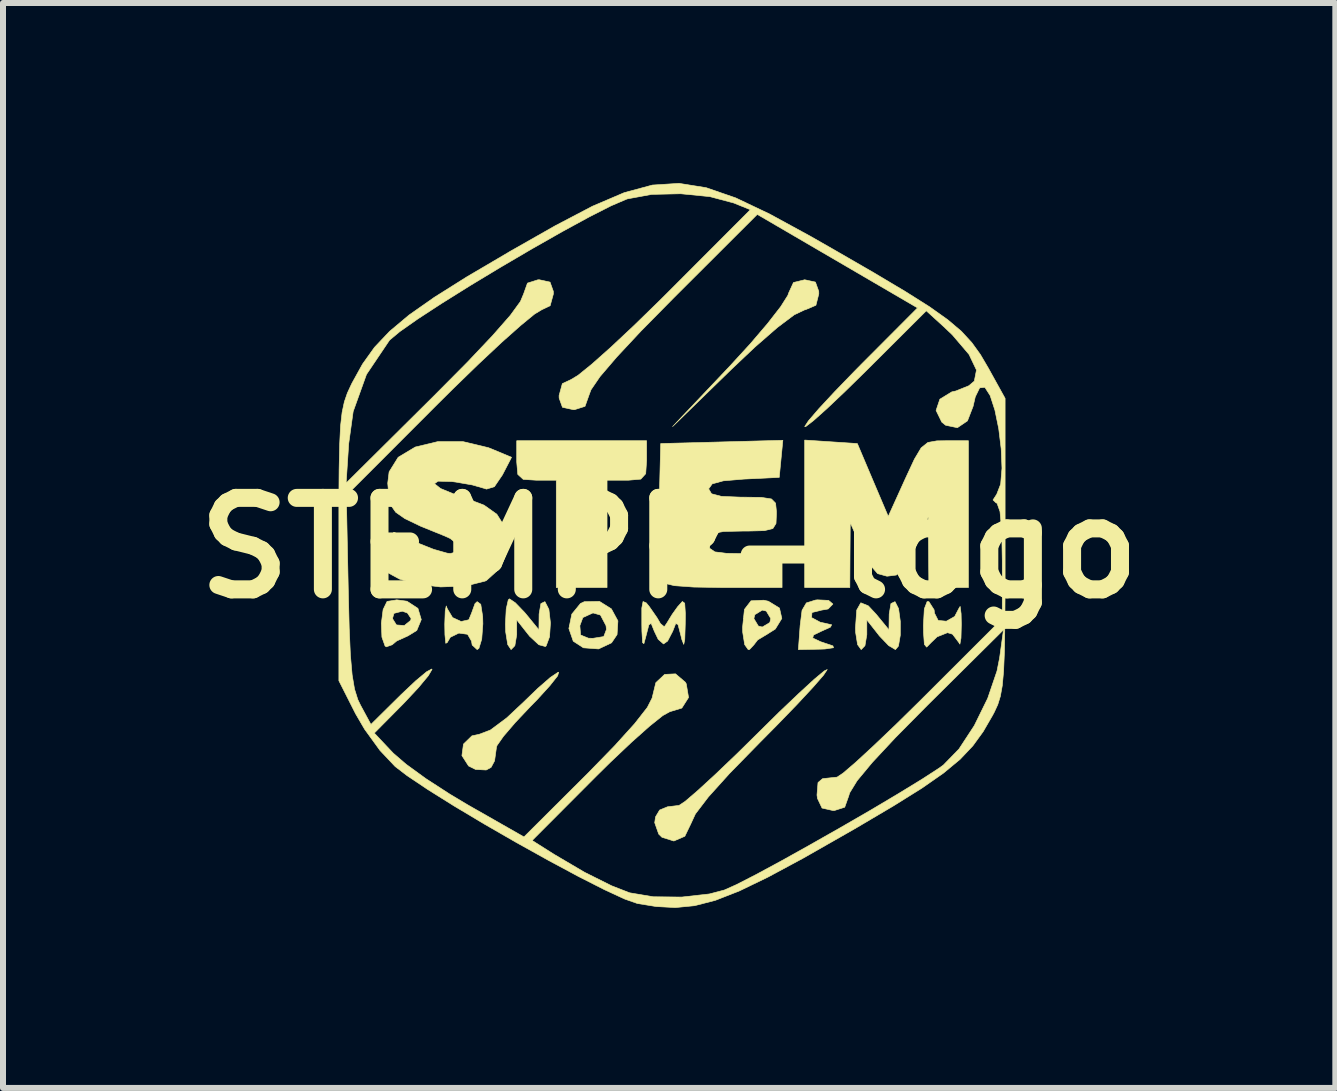
<source format=kicad_pcb>
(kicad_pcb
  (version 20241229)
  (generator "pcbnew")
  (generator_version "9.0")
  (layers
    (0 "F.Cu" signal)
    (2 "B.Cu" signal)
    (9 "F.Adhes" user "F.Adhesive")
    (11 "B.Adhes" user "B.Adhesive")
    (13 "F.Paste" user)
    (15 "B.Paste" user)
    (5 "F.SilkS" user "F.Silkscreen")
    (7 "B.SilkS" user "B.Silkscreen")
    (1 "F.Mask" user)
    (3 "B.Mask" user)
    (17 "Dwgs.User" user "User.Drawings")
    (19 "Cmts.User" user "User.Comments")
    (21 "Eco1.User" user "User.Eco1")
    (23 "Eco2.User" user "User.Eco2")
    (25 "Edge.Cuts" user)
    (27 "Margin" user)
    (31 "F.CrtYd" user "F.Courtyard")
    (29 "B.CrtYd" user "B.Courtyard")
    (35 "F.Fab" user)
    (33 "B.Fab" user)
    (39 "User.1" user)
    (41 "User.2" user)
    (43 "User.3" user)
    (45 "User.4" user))
  (footprint "STEMPP-logo"
    (layer "F.Cu")
    (at 8.099 6.08)
    (property "Reference" "STEMPP-logo" (at 0 0 0) (layer "F.SilkS") (effects (font (size 1.524 1.524) (thickness 0.3))))
    (attr through_hole)
    (fp_poly (pts (xy -0.376 -1.458) (xy -0.391 -1.237) (xy -0.473 -1.147) (xy -0.68 -1.129) (xy -0.706 -1.129) (xy -1.035 -1.129) (xy -1.035 0.659) (xy -1.881 0.659) (xy -1.881 -1.129) (xy -2.211 -1.129) (xy -2.431 -1.143) (xy -2.522 -1.226) (xy -2.54 -1.433) (xy -2.54 -1.458) (xy -2.54 -1.787) (xy -0.376 -1.787) (xy -0.376 -1.458)) (stroke (width 0.01) (type solid)) (fill yes) (layer "F.SilkS"))
    (fp_poly (pts (xy 2.437 -4.43) (xy 2.492 -4.277) (xy 2.493 -4.233) (xy 2.445 -4.044) (xy 2.269 -3.969) (xy 2.258 -3.968) (xy 2.084 -3.885) (xy 1.802 -3.673) (xy 1.427 -3.346) (xy 1.04 -2.98) (xy 0.057 -2.023) (xy 1.009 -3.028) (xy 1.35 -3.4) (xy 1.641 -3.741) (xy 1.858 -4.02) (xy 1.977 -4.208) (xy 1.992 -4.251) (xy 2.071 -4.423) (xy 2.258 -4.469) (xy 2.437 -4.43)) (stroke (width 0.01) (type solid)) (fill yes) (layer "F.SilkS"))
    (fp_poly (pts (xy 3.822 1.01) (xy 3.851 1.221) (xy 3.851 1.453) (xy 3.82 1.634) (xy 3.77 1.693) (xy 3.657 1.626) (xy 3.501 1.463) (xy 3.488 1.445) (xy 3.293 1.198) (xy 3.293 1.445) (xy 3.262 1.628) (xy 3.199 1.693) (xy 3.139 1.61) (xy 3.106 1.403) (xy 3.104 1.333) (xy 3.125 1.034) (xy 3.193 0.913) (xy 3.318 0.964) (xy 3.448 1.103) (xy 3.662 1.364) (xy 3.666 1.1) (xy 3.695 0.926) (xy 3.763 0.894) (xy 3.822 1.01)) (stroke (width 0.01) (type solid)) (fill yes) (layer "F.SilkS"))
    (fp_poly (pts (xy 4.327 0.894) (xy 4.414 1.03) (xy 4.421 1.087) (xy 4.482 1.207) (xy 4.618 1.22) (xy 4.757 1.141) (xy 4.825 1.011) (xy 4.848 0.973) (xy 4.864 1.095) (xy 4.868 1.27) (xy 4.862 1.502) (xy 4.844 1.602) (xy 4.827 1.576) (xy 4.721 1.436) (xy 4.637 1.411) (xy 4.464 1.48) (xy 4.364 1.576) (xy 4.29 1.652) (xy 4.252 1.606) (xy 4.238 1.411) (xy 4.236 1.288) (xy 4.251 1.015) (xy 4.298 0.893) (xy 4.327 0.894)) (stroke (width 0.01) (type solid)) (fill yes) (layer "F.SilkS"))
    (fp_poly (pts (xy -3.139 0.938) (xy -3.107 1.143) (xy -3.104 1.264) (xy -3.123 1.519) (xy -3.17 1.673) (xy -3.199 1.693) (xy -3.282 1.617) (xy -3.293 1.552) (xy -3.359 1.438) (xy -3.504 1.418) (xy -3.646 1.487) (xy -3.698 1.576) (xy -3.722 1.588) (xy -3.736 1.445) (xy -3.739 1.27) (xy -3.731 1.047) (xy -3.714 0.966) (xy -3.697 1.011) (xy -3.609 1.159) (xy -3.466 1.225) (xy -3.338 1.196) (xy -3.293 1.087) (xy -3.235 0.927) (xy -3.199 0.894) (xy -3.139 0.938)) (stroke (width 0.01) (type solid)) (fill yes) (layer "F.SilkS"))
    (fp_poly (pts (xy -1.858 2.13) (xy -1.986 2.292) (xy -2.199 2.526) (xy -2.307 2.636) (xy -2.564 2.908) (xy -2.762 3.139) (xy -2.868 3.291) (xy -2.877 3.318) (xy -2.909 3.547) (xy -2.967 3.655) (xy -3.048 3.699) (xy -3.225 3.69) (xy -3.342 3.632) (xy -3.453 3.459) (xy -3.427 3.267) (xy -3.286 3.13) (xy -3.165 3.104) (xy -2.978 3.033) (xy -2.708 2.832) (xy -2.446 2.587) (xy -2.191 2.341) (xy -1.981 2.158) (xy -1.853 2.072) (xy -1.841 2.07) (xy -1.858 2.13)) (stroke (width 0.01) (type solid)) (fill yes) (layer "F.SilkS"))
    (fp_poly (pts (xy 2.656 0.873) (xy 2.728 0.934) (xy 2.649 1.016) (xy 2.54 1.035) (xy 2.379 1.075) (xy 2.373 1.16) (xy 2.517 1.237) (xy 2.564 1.247) (xy 2.707 1.279) (xy 2.688 1.318) (xy 2.54 1.385) (xy 2.405 1.45) (xy 2.392 1.5) (xy 2.521 1.561) (xy 2.728 1.631) (xy 2.738 1.662) (xy 2.595 1.683) (xy 2.511 1.686) (xy 2.153 1.693) (xy 2.182 1.294) (xy 2.214 1.038) (xy 2.286 0.915) (xy 2.436 0.868) (xy 2.469 0.864) (xy 2.656 0.873)) (stroke (width 0.01) (type solid)) (fill yes) (layer "F.SilkS"))
    (fp_poly (pts (xy -2.563 0.913) (xy -2.408 1.074) (xy -2.382 1.105) (xy -2.17 1.364) (xy -2.167 1.1) (xy -2.137 0.926) (xy -2.07 0.894) (xy -2.004 1.023) (xy -1.978 1.248) (xy -1.993 1.479) (xy -2.049 1.63) (xy -2.062 1.642) (xy -2.172 1.612) (xy -2.325 1.47) (xy -2.344 1.446) (xy -2.54 1.198) (xy -2.54 1.445) (xy -2.571 1.628) (xy -2.634 1.693) (xy -2.69 1.609) (xy -2.724 1.397) (xy -2.728 1.27) (xy -2.715 1.017) (xy -2.681 0.866) (xy -2.661 0.847) (xy -2.563 0.913)) (stroke (width 0.01) (type solid)) (fill yes) (layer "F.SilkS"))
    (fp_poly (pts (xy -0.963 1.014) (xy -0.854 1.215) (xy -0.868 1.443) (xy -0.96 1.58) (xy -1.176 1.682) (xy -1.429 1.663) (xy -1.598 1.553) (xy -1.671 1.341) (xy -1.661 1.294) (xy -1.488 1.294) (xy -1.476 1.45) (xy -1.345 1.503) (xy -1.27 1.505) (xy -1.09 1.476) (xy -1.045 1.358) (xy -1.052 1.294) (xy -1.145 1.117) (xy -1.27 1.082) (xy -1.438 1.159) (xy -1.488 1.294) (xy -1.661 1.294) (xy -1.622 1.102) (xy -1.477 0.924) (xy -1.414 0.895) (xy -1.161 0.89) (xy -0.963 1.014)) (stroke (width 0.01) (type solid)) (fill yes) (layer "F.SilkS"))
    (fp_poly (pts (xy -4.369 0.887) (xy -4.186 1.006) (xy -4.13 1.193) (xy -4.205 1.374) (xy -4.351 1.464) (xy -4.539 1.549) (xy -4.616 1.613) (xy -4.713 1.647) (xy -4.734 1.632) (xy -4.786 1.485) (xy -4.795 1.253) (xy -4.785 1.176) (xy -4.61 1.176) (xy -4.544 1.282) (xy -4.412 1.292) (xy -4.308 1.207) (xy -4.299 1.177) (xy -4.36 1.084) (xy -4.445 1.053) (xy -4.585 1.089) (xy -4.61 1.176) (xy -4.785 1.176) (xy -4.766 1.026) (xy -4.701 0.892) (xy -4.698 0.89) (xy -4.538 0.864) (xy -4.369 0.887)) (stroke (width 0.01) (type solid)) (fill yes) (layer "F.SilkS"))
    (fp_poly (pts (xy 1.652 0.887) (xy 1.838 1.001) (xy 1.877 1.174) (xy 1.769 1.35) (xy 1.646 1.428) (xy 1.474 1.532) (xy 1.411 1.614) (xy 1.339 1.691) (xy 1.317 1.693) (xy 1.258 1.61) (xy 1.225 1.402) (xy 1.223 1.323) (xy 1.238 1.176) (xy 1.411 1.176) (xy 1.486 1.301) (xy 1.552 1.317) (xy 1.677 1.242) (xy 1.693 1.176) (xy 1.618 1.051) (xy 1.552 1.035) (xy 1.428 1.11) (xy 1.411 1.176) (xy 1.238 1.176) (xy 1.254 1.023) (xy 1.364 0.88) (xy 1.575 0.87) (xy 1.652 0.887)) (stroke (width 0.01) (type solid)) (fill yes) (layer "F.SilkS"))
    (fp_poly (pts (xy 2.571 2.12) (xy 2.395 2.322) (xy 2.128 2.609) (xy 1.793 2.955) (xy 1.51 3.241) (xy 1.01 3.752) (xy 0.653 4.148) (xy 0.437 4.431) (xy 0.357 4.604) (xy 0.261 4.803) (xy 0.078 4.882) (xy -0.12 4.82) (xy -0.174 4.767) (xy -0.241 4.577) (xy -0.227 4.48) (xy -0.159 4.366) (xy -0.028 4.312) (xy 0.164 4.289) (xy 0.266 4.222) (xy 0.476 4.042) (xy 0.77 3.772) (xy 1.125 3.433) (xy 1.458 3.105) (xy 1.835 2.733) (xy 2.163 2.421) (xy 2.419 2.186) (xy 2.583 2.049) (xy 2.634 2.025) (xy 2.571 2.12)) (stroke (width 0.01) (type solid)) (fill yes) (layer "F.SilkS"))
    (fp_poly (pts (xy 2.696 -1.769) (xy 3.135 -1.74) (xy 3.392 -1.133) (xy 3.65 -0.526) (xy 3.936 -1.157) (xy 4.086 -1.48) (xy 4.198 -1.668) (xy 4.31 -1.758) (xy 4.461 -1.785) (xy 4.604 -1.787) (xy 4.986 -1.787) (xy 4.986 0.659) (xy 4.327 0.659) (xy 4.317 -0.517) (xy 4.158 -0.14) (xy 4.013 0.184) (xy 3.899 0.368) (xy 3.784 0.451) (xy 3.633 0.47) (xy 3.628 0.47) (xy 3.473 0.427) (xy 3.339 0.273) (xy 3.214 0.024) (xy 3.017 -0.423) (xy 3.013 0.118) (xy 3.01 0.659) (xy 2.258 0.659) (xy 2.258 -1.798) (xy 2.696 -1.769)) (stroke (width 0.01) (type solid)) (fill yes) (layer "F.SilkS"))
    (fp_poly (pts (xy 0.259 0.92) (xy 0.27 1.093) (xy 0.268 1.27) (xy 0.26 1.525) (xy 0.243 1.606) (xy 0.212 1.528) (xy 0.195 1.458) (xy 0.147 1.274) (xy 0.109 1.259) (xy 0.059 1.388) (xy -0.026 1.551) (xy -0.094 1.599) (xy -0.183 1.521) (xy -0.247 1.388) (xy -0.3 1.256) (xy -0.338 1.28) (xy -0.384 1.458) (xy -0.421 1.594) (xy -0.443 1.577) (xy -0.454 1.391) (xy -0.456 1.27) (xy -0.456 1.001) (xy -0.435 0.892) (xy -0.381 0.915) (xy -0.33 0.978) (xy -0.202 1.162) (xy -0.145 1.26) (xy -0.081 1.313) (xy -0.044 1.26) (xy 0.051 1.105) (xy 0.142 0.978) (xy 0.22 0.891) (xy 0.259 0.92)) (stroke (width 0.01) (type solid)) (fill yes) (layer "F.SilkS"))
    (fp_poly (pts (xy 1.834 -1.176) (xy 1.246 -1.148) (xy 0.903 -1.119) (xy 0.717 -1.068) (xy 0.659 -0.987) (xy 0.659 -0.983) (xy 0.706 -0.903) (xy 0.871 -0.86) (xy 1.187 -0.847) (xy 1.223 -0.847) (xy 1.535 -0.843) (xy 1.704 -0.817) (xy 1.773 -0.747) (xy 1.787 -0.61) (xy 1.787 -0.564) (xy 1.78 -0.408) (xy 1.728 -0.324) (xy 1.588 -0.289) (xy 1.314 -0.282) (xy 1.223 -0.282) (xy 0.908 -0.275) (xy 0.737 -0.245) (xy 0.669 -0.177) (xy 0.659 -0.094) (xy 0.678 0.008) (xy 0.762 0.065) (xy 0.955 0.089) (xy 1.27 0.094) (xy 1.881 0.094) (xy 1.881 0.659) (xy 0.891 0.659) (xy 0.408 0.651) (xy 0.089 0.628) (xy -0.089 0.586) (xy -0.147 0.535) (xy -0.164 0.396) (xy -0.173 0.112) (xy -0.174 -0.274) (xy -0.168 -0.664) (xy -0.141 -1.74) (xy 0.876 -1.767) (xy 1.894 -1.794) (xy 1.834 -1.176)) (stroke (width 0.01) (type solid)) (fill yes) (layer "F.SilkS"))
    (fp_poly (pts (xy -3.434 -1.772) (xy -3.011 -1.671) (xy -2.956 -1.649) (xy -2.626 -1.511) (xy -2.778 -1.218) (xy -2.912 -1.021) (xy -3.043 -0.981) (xy -3.087 -0.995) (xy -3.282 -1.051) (xy -3.561 -1.099) (xy -3.622 -1.107) (xy -3.851 -1.113) (xy -3.91 -1.071) (xy -3.809 -0.991) (xy -3.555 -0.886) (xy -3.434 -0.846) (xy -3.085 -0.714) (xy -2.871 -0.562) (xy -2.737 -0.349) (xy -2.714 -0.292) (xy -2.685 0.024) (xy -2.805 0.325) (xy -3.044 0.541) (xy -3.068 0.552) (xy -3.394 0.634) (xy -3.809 0.649) (xy -4.224 0.599) (xy -4.492 0.518) (xy -4.716 0.397) (xy -4.786 0.26) (xy -4.727 0.043) (xy -4.693 -0.033) (xy -4.588 -0.263) (xy -4.199 -0.087) (xy -3.925 0.022) (xy -3.7 0.086) (xy -3.645 0.092) (xy -3.501 0.053) (xy -3.505 -0.043) (xy -3.647 -0.158) (xy -3.739 -0.2) (xy -4.143 -0.364) (xy -4.403 -0.489) (xy -4.556 -0.596) (xy -4.635 -0.709) (xy -4.664 -0.797) (xy -4.689 -1.08) (xy -4.666 -1.268) (xy -4.515 -1.511) (xy -4.23 -1.682) (xy -3.856 -1.772) (xy -3.434 -1.772)) (stroke (width 0.01) (type solid)) (fill yes) (layer "F.SilkS"))
    (fp_poly (pts (xy 0.616 -6.003) (xy 1.108 -5.833) (xy 1.674 -5.564) (xy 2.347 -5.197) (xy 2.755 -4.964) (xy 3.418 -4.581) (xy 3.938 -4.271) (xy 4.339 -4.018) (xy 4.641 -3.803) (xy 4.868 -3.611) (xy 5.042 -3.422) (xy 5.186 -3.222) (xy 5.318 -2.997) (xy 5.597 -2.493) (xy 5.597 -0.047) (xy 5.597 0.698) (xy 5.593 1.279) (xy 5.586 1.723) (xy 5.572 2.052) (xy 5.55 2.293) (xy 5.518 2.471) (xy 5.475 2.609) (xy 5.418 2.733) (xy 5.39 2.786) (xy 5.232 3.059) (xy 5.059 3.297) (xy 4.847 3.521) (xy 4.571 3.75) (xy 4.208 4.003) (xy 3.732 4.3) (xy 3.121 4.661) (xy 2.945 4.762) (xy 2.229 5.17) (xy 1.645 5.484) (xy 1.167 5.715) (xy 0.768 5.871) (xy 0.422 5.96) (xy 0.103 5.991) (xy -0.215 5.974) (xy -0.53 5.923) (xy -0.741 5.849) (xy -1.08 5.692) (xy -1.515 5.471) (xy -2.014 5.203) (xy -2.546 4.907) (xy -3.079 4.6) (xy -3.581 4.3) (xy -4.022 4.024) (xy -4.368 3.792) (xy -4.565 3.641) (xy -4.818 3.373) (xy -5.074 3.02) (xy -5.224 2.763) (xy -5.503 2.211) (xy -5.503 -0.047) (xy -5.503 -0.759) (xy -5.501 -1.082) (xy -5.382 -1.082) (xy -3.919 -2.534) (xy -3.361 -3.096) (xy -2.94 -3.541) (xy -2.647 -3.875) (xy -2.478 -4.107) (xy -2.427 -4.228) (xy -2.361 -4.413) (xy -2.188 -4.468) (xy -2.164 -4.469) (xy -1.985 -4.43) (xy -1.93 -4.277) (xy -1.929 -4.233) (xy -1.983 -4.036) (xy -2.122 -3.97) (xy -2.242 -3.898) (xy -2.471 -3.71) (xy -2.79 -3.427) (xy -3.175 -3.066) (xy -3.606 -2.648) (xy -3.847 -2.409) (xy -5.379 -0.875) (xy -5.346 0.715) (xy -5.331 1.328) (xy -5.311 1.784) (xy -5.282 2.115) (xy -5.242 2.352) (xy -5.187 2.527) (xy -5.141 2.622) (xy -4.969 2.94) (xy -4.46 2.437) (xy -4.22 2.211) (xy -4.041 2.062) (xy -3.955 2.016) (xy -3.951 2.023) (xy -4.013 2.128) (xy -4.176 2.325) (xy -4.406 2.571) (xy -4.432 2.598) (xy -4.913 3.084) (xy -4.597 3.419) (xy -4.382 3.604) (xy -4.052 3.844) (xy -3.655 4.101) (xy -3.349 4.284) (xy -2.419 4.814) (xy -1.35 3.749) (xy -0.908 3.295) (xy -0.575 2.927) (xy -0.364 2.657) (xy -0.283 2.498) (xy -0.282 2.49) (xy -0.222 2.244) (xy -0.075 2.106) (xy 0.106 2.097) (xy 0.27 2.237) (xy 0.285 2.264) (xy 0.323 2.491) (xy 0.211 2.667) (xy 0.01 2.728) (xy -0.106 2.792) (xy -0.327 2.969) (xy -0.626 3.235) (xy -0.978 3.568) (xy -1.214 3.801) (xy -2.283 4.873) (xy -1.918 5.104) (xy -1.41 5.403) (xy -0.957 5.629) (xy -0.659 5.745) (xy -0.266 5.811) (xy 0.21 5.816) (xy 0.671 5.764) (xy 0.919 5.699) (xy 1.12 5.609) (xy 1.448 5.441) (xy 1.87 5.213) (xy 2.352 4.944) (xy 2.861 4.655) (xy 3.364 4.364) (xy 3.826 4.089) (xy 4.215 3.851) (xy 4.497 3.668) (xy 4.568 3.617) (xy 4.828 3.35) (xy 5.084 2.959) (xy 5.307 2.505) (xy 5.462 2.05) (xy 5.505 1.834) (xy 5.57 1.364) (xy 4.295 2.628) (xy 3.77 3.159) (xy 3.384 3.573) (xy 3.131 3.878) (xy 3.007 4.08) (xy 2.991 4.133) (xy 2.925 4.319) (xy 2.753 4.374) (xy 2.728 4.374) (xy 2.547 4.333) (xy 2.471 4.173) (xy 2.463 4.116) (xy 2.48 3.908) (xy 2.557 3.843) (xy 2.765 3.821) (xy 2.798 3.818) (xy 2.898 3.751) (xy 3.108 3.571) (xy 3.405 3.297) (xy 3.768 2.951) (xy 4.174 2.552) (xy 4.233 2.493) (xy 5.55 1.178) (xy 5.55 0.213) (xy 5.541 -0.289) (xy 5.512 -0.607) (xy 5.463 -0.745) (xy 5.445 -0.753) (xy 5.396 -0.8) (xy 5.458 -0.896) (xy 5.523 -1.064) (xy 5.545 -1.329) (xy 5.532 -1.65) (xy 5.491 -1.986) (xy 5.427 -2.297) (xy 5.348 -2.54) (xy 5.26 -2.677) (xy 5.173 -2.668) (xy 5.1 -2.518) (xy 5.064 -2.361) (xy 4.97 -2.118) (xy 4.802 -2.004) (xy 4.606 -2.045) (xy 4.542 -2.097) (xy 4.447 -2.292) (xy 4.51 -2.479) (xy 4.709 -2.601) (xy 4.777 -2.616) (xy 4.993 -2.703) (xy 5.084 -2.78) (xy 5.12 -2.965) (xy 4.996 -3.225) (xy 4.718 -3.551) (xy 4.574 -3.688) (xy 4.284 -3.952) (xy 3.271 -2.942) (xy 2.922 -2.6) (xy 2.625 -2.319) (xy 2.403 -2.121) (xy 2.277 -2.024) (xy 2.258 -2.023) (xy 2.321 -2.119) (xy 2.494 -2.32) (xy 2.754 -2.6) (xy 3.076 -2.933) (xy 3.198 -3.057) (xy 4.138 -4) (xy 1.468 -5.558) (xy 0.08 -4.172) (xy -0.466 -3.618) (xy -0.874 -3.181) (xy -1.152 -2.856) (xy -1.303 -2.635) (xy -1.336 -2.546) (xy -1.402 -2.36) (xy -1.575 -2.305) (xy -1.599 -2.305) (xy -1.778 -2.344) (xy -1.833 -2.497) (xy -1.834 -2.54) (xy -1.78 -2.738) (xy -1.641 -2.803) (xy -1.519 -2.876) (xy -1.288 -3.063) (xy -0.972 -3.344) (xy -0.592 -3.7) (xy -0.172 -4.109) (xy -0.047 -4.233) (xy 1.353 -5.636) (xy 1.076 -5.748) (xy 0.678 -5.854) (xy 0.192 -5.902) (xy -0.293 -5.891) (xy -0.694 -5.817) (xy -0.714 -5.81) (xy -0.966 -5.702) (xy -1.332 -5.516) (xy -1.78 -5.272) (xy -2.28 -4.988) (xy -2.802 -4.682) (xy -3.314 -4.373) (xy -3.786 -4.078) (xy -4.188 -3.816) (xy -4.487 -3.606) (xy -4.655 -3.466) (xy -4.662 -3.458) (xy -5.043 -2.892) (xy -5.265 -2.274) (xy -5.339 -1.74) (xy -5.382 -1.082) (xy -5.501 -1.082) (xy -5.499 -1.31) (xy -5.49 -1.726) (xy -5.475 -2.034) (xy -5.449 -2.261) (xy -5.412 -2.434) (xy -5.362 -2.58) (xy -5.295 -2.725) (xy -5.282 -2.751) (xy -5.109 -3.064) (xy -4.909 -3.344) (xy -4.658 -3.609) (xy -4.334 -3.881) (xy -3.912 -4.177) (xy -3.37 -4.518) (xy -2.683 -4.922) (xy -2.648 -4.943) (xy -1.9 -5.368) (xy -1.278 -5.694) (xy -0.749 -5.92) (xy -0.279 -6.047) (xy 0.165 -6.075) (xy 0.616 -6.003)) (stroke (width 0.01) (type solid)) (fill yes) (layer "F.SilkS")))
  (gr_rect
    (start -3 -3)
    (end 19.198 15.076)
    (stroke (width 0.1) (type default))
    (fill no)
    (layer "Edge.Cuts")))
</source>
